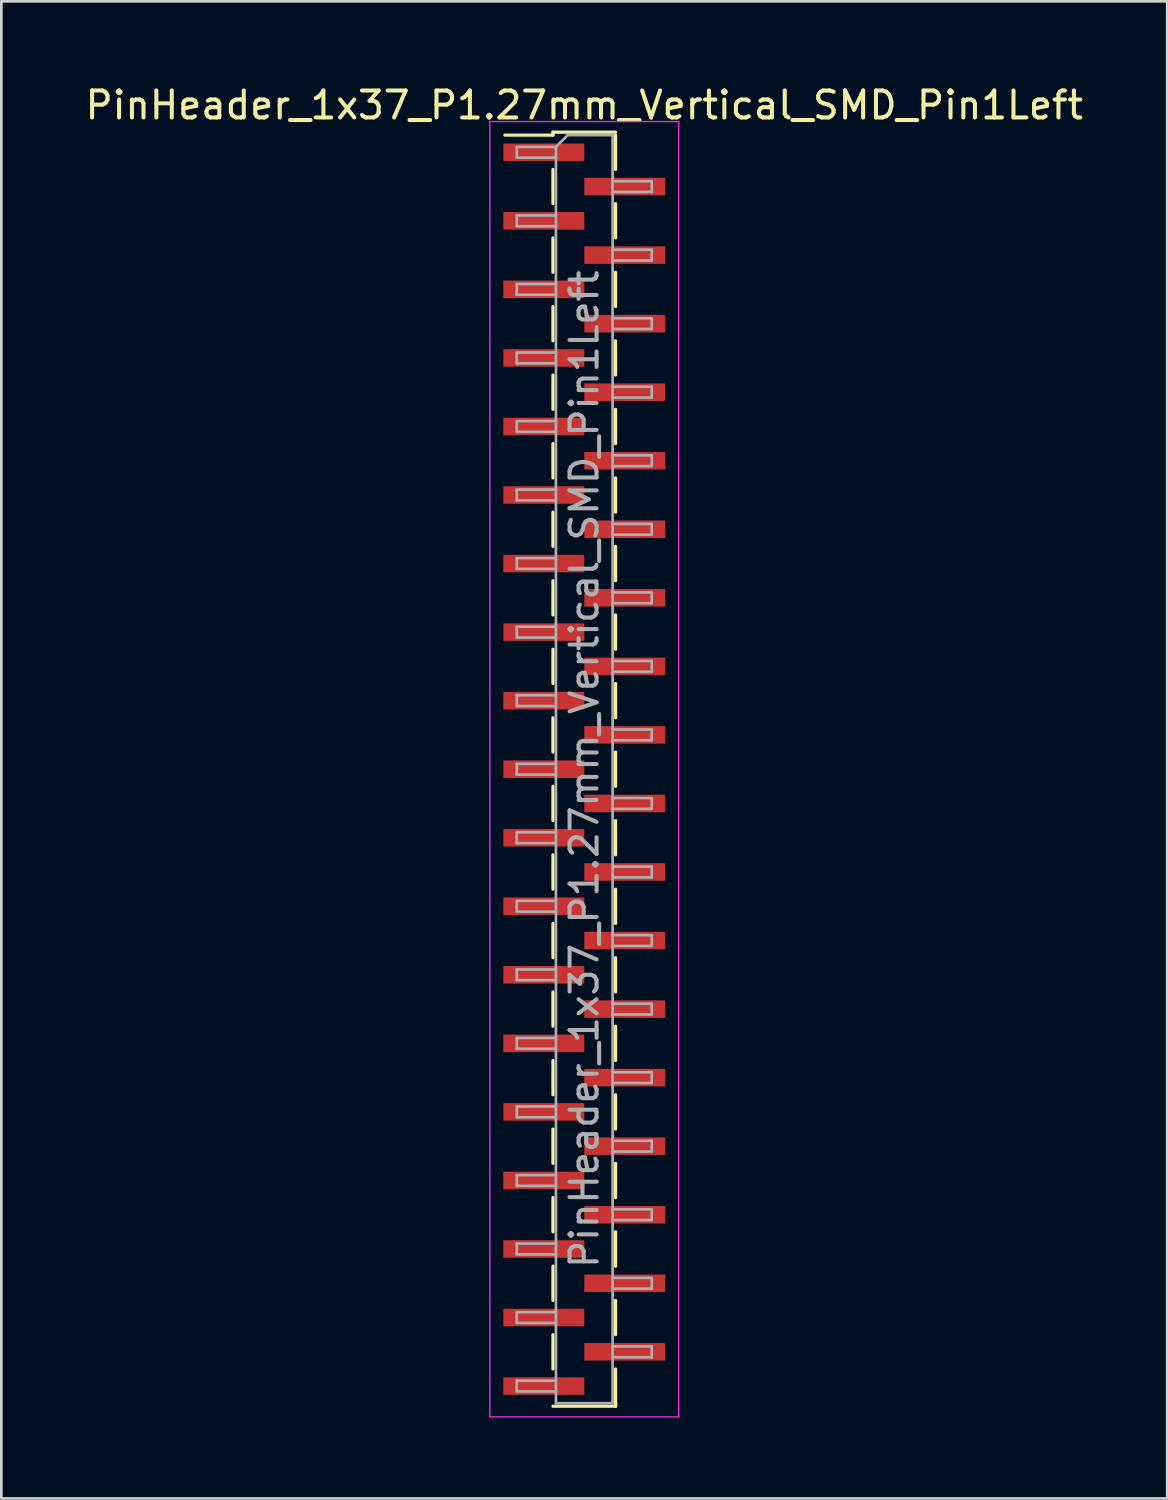
<source format=kicad_pcb>
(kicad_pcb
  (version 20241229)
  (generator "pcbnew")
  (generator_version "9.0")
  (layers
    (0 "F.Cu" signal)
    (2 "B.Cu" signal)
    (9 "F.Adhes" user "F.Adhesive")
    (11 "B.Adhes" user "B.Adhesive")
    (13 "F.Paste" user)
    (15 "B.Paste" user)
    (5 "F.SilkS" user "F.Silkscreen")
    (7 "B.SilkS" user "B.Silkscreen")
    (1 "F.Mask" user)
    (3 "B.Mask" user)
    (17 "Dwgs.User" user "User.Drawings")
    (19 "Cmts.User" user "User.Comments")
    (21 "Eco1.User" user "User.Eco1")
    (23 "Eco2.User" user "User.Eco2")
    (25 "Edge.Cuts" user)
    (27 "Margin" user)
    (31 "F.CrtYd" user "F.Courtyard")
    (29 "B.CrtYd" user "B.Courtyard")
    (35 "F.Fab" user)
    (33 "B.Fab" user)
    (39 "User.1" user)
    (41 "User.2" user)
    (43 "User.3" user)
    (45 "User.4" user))
  (footprint "PinHeader_1x37_P1.27mm_Vertical_SMD_Pin1Left"
    (layer "F.Cu")
    (at 18.601 25.453)
    (property "Reference" "PinHeader_1x37_P1.27mm_Vertical_SMD_Pin1Left" (at 0 -24.605 0) (layer "F.SilkS") (effects (font (size 1 1) (thickness 0.15))))
    (attr smd)
    (fp_line (start -1.16 -23.605) (end -1.16 -23.495) (stroke (width 0.12) (type solid)) (layer "F.SilkS"))
    (fp_line (start -1.16 -23.605) (end 1.16 -23.605) (stroke (width 0.12) (type solid)) (layer "F.SilkS"))
    (fp_line (start -1.16 -23.495) (end -2.94 -23.495) (stroke (width 0.12) (type solid)) (layer "F.SilkS"))
    (fp_line (start -1.16 -22.225) (end -1.16 -20.955) (stroke (width 0.12) (type solid)) (layer "F.SilkS"))
    (fp_line (start -1.16 -19.685) (end -1.16 -18.415) (stroke (width 0.12) (type solid)) (layer "F.SilkS"))
    (fp_line (start -1.16 -17.145) (end -1.16 -15.875) (stroke (width 0.12) (type solid)) (layer "F.SilkS"))
    (fp_line (start -1.16 -14.605) (end -1.16 -13.335) (stroke (width 0.12) (type solid)) (layer "F.SilkS"))
    (fp_line (start -1.16 -12.065) (end -1.16 -10.795) (stroke (width 0.12) (type solid)) (layer "F.SilkS"))
    (fp_line (start -1.16 -9.525) (end -1.16 -8.255) (stroke (width 0.12) (type solid)) (layer "F.SilkS"))
    (fp_line (start -1.16 -6.985) (end -1.16 -5.715) (stroke (width 0.12) (type solid)) (layer "F.SilkS"))
    (fp_line (start -1.16 -4.445) (end -1.16 -3.175) (stroke (width 0.12) (type solid)) (layer "F.SilkS"))
    (fp_line (start -1.16 -1.905) (end -1.16 -0.635) (stroke (width 0.12) (type solid)) (layer "F.SilkS"))
    (fp_line (start -1.16 0.635) (end -1.16 1.905) (stroke (width 0.12) (type solid)) (layer "F.SilkS"))
    (fp_line (start -1.16 3.175) (end -1.16 4.445) (stroke (width 0.12) (type solid)) (layer "F.SilkS"))
    (fp_line (start -1.16 5.715) (end -1.16 6.985) (stroke (width 0.12) (type solid)) (layer "F.SilkS"))
    (fp_line (start -1.16 8.255) (end -1.16 9.525) (stroke (width 0.12) (type solid)) (layer "F.SilkS"))
    (fp_line (start -1.16 10.795) (end -1.16 12.065) (stroke (width 0.12) (type solid)) (layer "F.SilkS"))
    (fp_line (start -1.16 13.335) (end -1.16 14.605) (stroke (width 0.12) (type solid)) (layer "F.SilkS"))
    (fp_line (start -1.16 15.875) (end -1.16 17.145) (stroke (width 0.12) (type solid)) (layer "F.SilkS"))
    (fp_line (start -1.16 18.415) (end -1.16 19.685) (stroke (width 0.12) (type solid)) (layer "F.SilkS"))
    (fp_line (start -1.16 20.955) (end -1.16 22.225) (stroke (width 0.12) (type solid)) (layer "F.SilkS"))
    (fp_line (start -1.16 23.605) (end 1.16 23.605) (stroke (width 0.12) (type solid)) (layer "F.SilkS"))
    (fp_line (start 1.16 -23.495) (end 1.16 -22.225) (stroke (width 0.12) (type solid)) (layer "F.SilkS"))
    (fp_line (start 1.16 -20.955) (end 1.16 -19.685) (stroke (width 0.12) (type solid)) (layer "F.SilkS"))
    (fp_line (start 1.16 -18.415) (end 1.16 -17.145) (stroke (width 0.12) (type solid)) (layer "F.SilkS"))
    (fp_line (start 1.16 -15.875) (end 1.16 -14.605) (stroke (width 0.12) (type solid)) (layer "F.SilkS"))
    (fp_line (start 1.16 -13.335) (end 1.16 -12.065) (stroke (width 0.12) (type solid)) (layer "F.SilkS"))
    (fp_line (start 1.16 -10.795) (end 1.16 -9.525) (stroke (width 0.12) (type solid)) (layer "F.SilkS"))
    (fp_line (start 1.16 -8.255) (end 1.16 -6.985) (stroke (width 0.12) (type solid)) (layer "F.SilkS"))
    (fp_line (start 1.16 -5.715) (end 1.16 -4.445) (stroke (width 0.12) (type solid)) (layer "F.SilkS"))
    (fp_line (start 1.16 -3.175) (end 1.16 -1.905) (stroke (width 0.12) (type solid)) (layer "F.SilkS"))
    (fp_line (start 1.16 -0.635) (end 1.16 0.635) (stroke (width 0.12) (type solid)) (layer "F.SilkS"))
    (fp_line (start 1.16 1.905) (end 1.16 3.175) (stroke (width 0.12) (type solid)) (layer "F.SilkS"))
    (fp_line (start 1.16 4.445) (end 1.16 5.715) (stroke (width 0.12) (type solid)) (layer "F.SilkS"))
    (fp_line (start 1.16 6.985) (end 1.16 8.255) (stroke (width 0.12) (type solid)) (layer "F.SilkS"))
    (fp_line (start 1.16 9.525) (end 1.16 10.795) (stroke (width 0.12) (type solid)) (layer "F.SilkS"))
    (fp_line (start 1.16 12.065) (end 1.16 13.335) (stroke (width 0.12) (type solid)) (layer "F.SilkS"))
    (fp_line (start 1.16 14.605) (end 1.16 15.875) (stroke (width 0.12) (type solid)) (layer "F.SilkS"))
    (fp_line (start 1.16 17.145) (end 1.16 18.415) (stroke (width 0.12) (type solid)) (layer "F.SilkS"))
    (fp_line (start 1.16 19.685) (end 1.16 20.955) (stroke (width 0.12) (type solid)) (layer "F.SilkS"))
    (fp_line (start 1.16 22.225) (end 1.16 23.605) (stroke (width 0.12) (type solid)) (layer "F.SilkS"))
    (fp_line (start 1.16 23.495) (end 1.16 23.605) (stroke (width 0.12) (type solid)) (layer "F.SilkS"))
    (fp_line (start -3.5 -24) (end -3.5 24) (stroke (width 0.05) (type solid)) (layer "F.CrtYd"))
    (fp_line (start -3.5 24) (end 3.5 24) (stroke (width 0.05) (type solid)) (layer "F.CrtYd"))
    (fp_line (start 3.5 -24) (end -3.5 -24) (stroke (width 0.05) (type solid)) (layer "F.CrtYd"))
    (fp_line (start 3.5 24) (end 3.5 -24) (stroke (width 0.05) (type solid)) (layer "F.CrtYd"))
    (fp_line (start -2.5 -23.06) (end -2.5 -22.66) (stroke (width 0.1) (type solid)) (layer "F.Fab"))
    (fp_line (start -2.5 -22.66) (end -1.05 -22.66) (stroke (width 0.1) (type solid)) (layer "F.Fab"))
    (fp_line (start -2.5 -20.52) (end -2.5 -20.12) (stroke (width 0.1) (type solid)) (layer "F.Fab"))
    (fp_line (start -2.5 -20.12) (end -1.05 -20.12) (stroke (width 0.1) (type solid)) (layer "F.Fab"))
    (fp_line (start -2.5 -17.98) (end -2.5 -17.58) (stroke (width 0.1) (type solid)) (layer "F.Fab"))
    (fp_line (start -2.5 -17.58) (end -1.05 -17.58) (stroke (width 0.1) (type solid)) (layer "F.Fab"))
    (fp_line (start -2.5 -15.44) (end -2.5 -15.04) (stroke (width 0.1) (type solid)) (layer "F.Fab"))
    (fp_line (start -2.5 -15.04) (end -1.05 -15.04) (stroke (width 0.1) (type solid)) (layer "F.Fab"))
    (fp_line (start -2.5 -12.9) (end -2.5 -12.5) (stroke (width 0.1) (type solid)) (layer "F.Fab"))
    (fp_line (start -2.5 -12.5) (end -1.05 -12.5) (stroke (width 0.1) (type solid)) (layer "F.Fab"))
    (fp_line (start -2.5 -10.36) (end -2.5 -9.96) (stroke (width 0.1) (type solid)) (layer "F.Fab"))
    (fp_line (start -2.5 -9.96) (end -1.05 -9.96) (stroke (width 0.1) (type solid)) (layer "F.Fab"))
    (fp_line (start -2.5 -7.82) (end -2.5 -7.42) (stroke (width 0.1) (type solid)) (layer "F.Fab"))
    (fp_line (start -2.5 -7.42) (end -1.05 -7.42) (stroke (width 0.1) (type solid)) (layer "F.Fab"))
    (fp_line (start -2.5 -5.28) (end -2.5 -4.88) (stroke (width 0.1) (type solid)) (layer "F.Fab"))
    (fp_line (start -2.5 -4.88) (end -1.05 -4.88) (stroke (width 0.1) (type solid)) (layer "F.Fab"))
    (fp_line (start -2.5 -2.74) (end -2.5 -2.34) (stroke (width 0.1) (type solid)) (layer "F.Fab"))
    (fp_line (start -2.5 -2.34) (end -1.05 -2.34) (stroke (width 0.1) (type solid)) (layer "F.Fab"))
    (fp_line (start -2.5 -0.2) (end -2.5 0.2) (stroke (width 0.1) (type solid)) (layer "F.Fab"))
    (fp_line (start -2.5 0.2) (end -1.05 0.2) (stroke (width 0.1) (type solid)) (layer "F.Fab"))
    (fp_line (start -2.5 2.34) (end -2.5 2.74) (stroke (width 0.1) (type solid)) (layer "F.Fab"))
    (fp_line (start -2.5 2.74) (end -1.05 2.74) (stroke (width 0.1) (type solid)) (layer "F.Fab"))
    (fp_line (start -2.5 4.88) (end -2.5 5.28) (stroke (width 0.1) (type solid)) (layer "F.Fab"))
    (fp_line (start -2.5 5.28) (end -1.05 5.28) (stroke (width 0.1) (type solid)) (layer "F.Fab"))
    (fp_line (start -2.5 7.42) (end -2.5 7.82) (stroke (width 0.1) (type solid)) (layer "F.Fab"))
    (fp_line (start -2.5 7.82) (end -1.05 7.82) (stroke (width 0.1) (type solid)) (layer "F.Fab"))
    (fp_line (start -2.5 9.96) (end -2.5 10.36) (stroke (width 0.1) (type solid)) (layer "F.Fab"))
    (fp_line (start -2.5 10.36) (end -1.05 10.36) (stroke (width 0.1) (type solid)) (layer "F.Fab"))
    (fp_line (start -2.5 12.5) (end -2.5 12.9) (stroke (width 0.1) (type solid)) (layer "F.Fab"))
    (fp_line (start -2.5 12.9) (end -1.05 12.9) (stroke (width 0.1) (type solid)) (layer "F.Fab"))
    (fp_line (start -2.5 15.04) (end -2.5 15.44) (stroke (width 0.1) (type solid)) (layer "F.Fab"))
    (fp_line (start -2.5 15.44) (end -1.05 15.44) (stroke (width 0.1) (type solid)) (layer "F.Fab"))
    (fp_line (start -2.5 17.58) (end -2.5 17.98) (stroke (width 0.1) (type solid)) (layer "F.Fab"))
    (fp_line (start -2.5 17.98) (end -1.05 17.98) (stroke (width 0.1) (type solid)) (layer "F.Fab"))
    (fp_line (start -2.5 20.12) (end -2.5 20.52) (stroke (width 0.1) (type solid)) (layer "F.Fab"))
    (fp_line (start -2.5 20.52) (end -1.05 20.52) (stroke (width 0.1) (type solid)) (layer "F.Fab"))
    (fp_line (start -2.5 22.66) (end -2.5 23.06) (stroke (width 0.1) (type solid)) (layer "F.Fab"))
    (fp_line (start -2.5 23.06) (end -1.05 23.06) (stroke (width 0.1) (type solid)) (layer "F.Fab"))
    (fp_line (start -1.05 -23.06) (end -2.5 -23.06) (stroke (width 0.1) (type solid)) (layer "F.Fab"))
    (fp_line (start -1.05 -23.06) (end -0.615 -23.495) (stroke (width 0.1) (type solid)) (layer "F.Fab"))
    (fp_line (start -1.05 -20.52) (end -2.5 -20.52) (stroke (width 0.1) (type solid)) (layer "F.Fab"))
    (fp_line (start -1.05 -17.98) (end -2.5 -17.98) (stroke (width 0.1) (type solid)) (layer "F.Fab"))
    (fp_line (start -1.05 -15.44) (end -2.5 -15.44) (stroke (width 0.1) (type solid)) (layer "F.Fab"))
    (fp_line (start -1.05 -12.9) (end -2.5 -12.9) (stroke (width 0.1) (type solid)) (layer "F.Fab"))
    (fp_line (start -1.05 -10.36) (end -2.5 -10.36) (stroke (width 0.1) (type solid)) (layer "F.Fab"))
    (fp_line (start -1.05 -7.82) (end -2.5 -7.82) (stroke (width 0.1) (type solid)) (layer "F.Fab"))
    (fp_line (start -1.05 -5.28) (end -2.5 -5.28) (stroke (width 0.1) (type solid)) (layer "F.Fab"))
    (fp_line (start -1.05 -2.74) (end -2.5 -2.74) (stroke (width 0.1) (type solid)) (layer "F.Fab"))
    (fp_line (start -1.05 -0.2) (end -2.5 -0.2) (stroke (width 0.1) (type solid)) (layer "F.Fab"))
    (fp_line (start -1.05 2.34) (end -2.5 2.34) (stroke (width 0.1) (type solid)) (layer "F.Fab"))
    (fp_line (start -1.05 4.88) (end -2.5 4.88) (stroke (width 0.1) (type solid)) (layer "F.Fab"))
    (fp_line (start -1.05 7.42) (end -2.5 7.42) (stroke (width 0.1) (type solid)) (layer "F.Fab"))
    (fp_line (start -1.05 9.96) (end -2.5 9.96) (stroke (width 0.1) (type solid)) (layer "F.Fab"))
    (fp_line (start -1.05 12.5) (end -2.5 12.5) (stroke (width 0.1) (type solid)) (layer "F.Fab"))
    (fp_line (start -1.05 15.04) (end -2.5 15.04) (stroke (width 0.1) (type solid)) (layer "F.Fab"))
    (fp_line (start -1.05 17.58) (end -2.5 17.58) (stroke (width 0.1) (type solid)) (layer "F.Fab"))
    (fp_line (start -1.05 20.12) (end -2.5 20.12) (stroke (width 0.1) (type solid)) (layer "F.Fab"))
    (fp_line (start -1.05 22.66) (end -2.5 22.66) (stroke (width 0.1) (type solid)) (layer "F.Fab"))
    (fp_line (start -1.05 23.495) (end -1.05 -23.06) (stroke (width 0.1) (type solid)) (layer "F.Fab"))
    (fp_line (start -0.615 -23.495) (end 1.05 -23.495) (stroke (width 0.1) (type solid)) (layer "F.Fab"))
    (fp_line (start 1.05 -23.495) (end 1.05 23.495) (stroke (width 0.1) (type solid)) (layer "F.Fab"))
    (fp_line (start 1.05 -21.79) (end 2.5 -21.79) (stroke (width 0.1) (type solid)) (layer "F.Fab"))
    (fp_line (start 1.05 -19.25) (end 2.5 -19.25) (stroke (width 0.1) (type solid)) (layer "F.Fab"))
    (fp_line (start 1.05 -16.71) (end 2.5 -16.71) (stroke (width 0.1) (type solid)) (layer "F.Fab"))
    (fp_line (start 1.05 -14.17) (end 2.5 -14.17) (stroke (width 0.1) (type solid)) (layer "F.Fab"))
    (fp_line (start 1.05 -11.63) (end 2.5 -11.63) (stroke (width 0.1) (type solid)) (layer "F.Fab"))
    (fp_line (start 1.05 -9.09) (end 2.5 -9.09) (stroke (width 0.1) (type solid)) (layer "F.Fab"))
    (fp_line (start 1.05 -6.55) (end 2.5 -6.55) (stroke (width 0.1) (type solid)) (layer "F.Fab"))
    (fp_line (start 1.05 -4.01) (end 2.5 -4.01) (stroke (width 0.1) (type solid)) (layer "F.Fab"))
    (fp_line (start 1.05 -1.47) (end 2.5 -1.47) (stroke (width 0.1) (type solid)) (layer "F.Fab"))
    (fp_line (start 1.05 1.07) (end 2.5 1.07) (stroke (width 0.1) (type solid)) (layer "F.Fab"))
    (fp_line (start 1.05 3.61) (end 2.5 3.61) (stroke (width 0.1) (type solid)) (layer "F.Fab"))
    (fp_line (start 1.05 6.15) (end 2.5 6.15) (stroke (width 0.1) (type solid)) (layer "F.Fab"))
    (fp_line (start 1.05 8.69) (end 2.5 8.69) (stroke (width 0.1) (type solid)) (layer "F.Fab"))
    (fp_line (start 1.05 11.23) (end 2.5 11.23) (stroke (width 0.1) (type solid)) (layer "F.Fab"))
    (fp_line (start 1.05 13.77) (end 2.5 13.77) (stroke (width 0.1) (type solid)) (layer "F.Fab"))
    (fp_line (start 1.05 16.31) (end 2.5 16.31) (stroke (width 0.1) (type solid)) (layer "F.Fab"))
    (fp_line (start 1.05 18.85) (end 2.5 18.85) (stroke (width 0.1) (type solid)) (layer "F.Fab"))
    (fp_line (start 1.05 21.39) (end 2.5 21.39) (stroke (width 0.1) (type solid)) (layer "F.Fab"))
    (fp_line (start 1.05 23.495) (end -1.05 23.495) (stroke (width 0.1) (type solid)) (layer "F.Fab"))
    (fp_line (start 2.5 -21.79) (end 2.5 -21.39) (stroke (width 0.1) (type solid)) (layer "F.Fab"))
    (fp_line (start 2.5 -21.39) (end 1.05 -21.39) (stroke (width 0.1) (type solid)) (layer "F.Fab"))
    (fp_line (start 2.5 -19.25) (end 2.5 -18.85) (stroke (width 0.1) (type solid)) (layer "F.Fab"))
    (fp_line (start 2.5 -18.85) (end 1.05 -18.85) (stroke (width 0.1) (type solid)) (layer "F.Fab"))
    (fp_line (start 2.5 -16.71) (end 2.5 -16.31) (stroke (width 0.1) (type solid)) (layer "F.Fab"))
    (fp_line (start 2.5 -16.31) (end 1.05 -16.31) (stroke (width 0.1) (type solid)) (layer "F.Fab"))
    (fp_line (start 2.5 -14.17) (end 2.5 -13.77) (stroke (width 0.1) (type solid)) (layer "F.Fab"))
    (fp_line (start 2.5 -13.77) (end 1.05 -13.77) (stroke (width 0.1) (type solid)) (layer "F.Fab"))
    (fp_line (start 2.5 -11.63) (end 2.5 -11.23) (stroke (width 0.1) (type solid)) (layer "F.Fab"))
    (fp_line (start 2.5 -11.23) (end 1.05 -11.23) (stroke (width 0.1) (type solid)) (layer "F.Fab"))
    (fp_line (start 2.5 -9.09) (end 2.5 -8.69) (stroke (width 0.1) (type solid)) (layer "F.Fab"))
    (fp_line (start 2.5 -8.69) (end 1.05 -8.69) (stroke (width 0.1) (type solid)) (layer "F.Fab"))
    (fp_line (start 2.5 -6.55) (end 2.5 -6.15) (stroke (width 0.1) (type solid)) (layer "F.Fab"))
    (fp_line (start 2.5 -6.15) (end 1.05 -6.15) (stroke (width 0.1) (type solid)) (layer "F.Fab"))
    (fp_line (start 2.5 -4.01) (end 2.5 -3.61) (stroke (width 0.1) (type solid)) (layer "F.Fab"))
    (fp_line (start 2.5 -3.61) (end 1.05 -3.61) (stroke (width 0.1) (type solid)) (layer "F.Fab"))
    (fp_line (start 2.5 -1.47) (end 2.5 -1.07) (stroke (width 0.1) (type solid)) (layer "F.Fab"))
    (fp_line (start 2.5 -1.07) (end 1.05 -1.07) (stroke (width 0.1) (type solid)) (layer "F.Fab"))
    (fp_line (start 2.5 1.07) (end 2.5 1.47) (stroke (width 0.1) (type solid)) (layer "F.Fab"))
    (fp_line (start 2.5 1.47) (end 1.05 1.47) (stroke (width 0.1) (type solid)) (layer "F.Fab"))
    (fp_line (start 2.5 3.61) (end 2.5 4.01) (stroke (width 0.1) (type solid)) (layer "F.Fab"))
    (fp_line (start 2.5 4.01) (end 1.05 4.01) (stroke (width 0.1) (type solid)) (layer "F.Fab"))
    (fp_line (start 2.5 6.15) (end 2.5 6.55) (stroke (width 0.1) (type solid)) (layer "F.Fab"))
    (fp_line (start 2.5 6.55) (end 1.05 6.55) (stroke (width 0.1) (type solid)) (layer "F.Fab"))
    (fp_line (start 2.5 8.69) (end 2.5 9.09) (stroke (width 0.1) (type solid)) (layer "F.Fab"))
    (fp_line (start 2.5 9.09) (end 1.05 9.09) (stroke (width 0.1) (type solid)) (layer "F.Fab"))
    (fp_line (start 2.5 11.23) (end 2.5 11.63) (stroke (width 0.1) (type solid)) (layer "F.Fab"))
    (fp_line (start 2.5 11.63) (end 1.05 11.63) (stroke (width 0.1) (type solid)) (layer "F.Fab"))
    (fp_line (start 2.5 13.77) (end 2.5 14.17) (stroke (width 0.1) (type solid)) (layer "F.Fab"))
    (fp_line (start 2.5 14.17) (end 1.05 14.17) (stroke (width 0.1) (type solid)) (layer "F.Fab"))
    (fp_line (start 2.5 16.31) (end 2.5 16.71) (stroke (width 0.1) (type solid)) (layer "F.Fab"))
    (fp_line (start 2.5 16.71) (end 1.05 16.71) (stroke (width 0.1) (type solid)) (layer "F.Fab"))
    (fp_line (start 2.5 18.85) (end 2.5 19.25) (stroke (width 0.1) (type solid)) (layer "F.Fab"))
    (fp_line (start 2.5 19.25) (end 1.05 19.25) (stroke (width 0.1) (type solid)) (layer "F.Fab"))
    (fp_line (start 2.5 21.39) (end 2.5 21.79) (stroke (width 0.1) (type solid)) (layer "F.Fab"))
    (fp_line (start 2.5 21.79) (end 1.05 21.79) (stroke (width 0.1) (type solid)) (layer "F.Fab"))
    (fp_text user "${REFERENCE}" (at 0 0 90) (layer "F.Fab") (effects (font (size 1 1) (thickness 0.15))))
    (pad "1" smd rect (at -1.5 -22.86) (size 3 0.65) (layers "F.Cu" "F.Mask" "F.Paste"))
    (pad "2" smd rect (at 1.5 -21.59) (size 3 0.65) (layers "F.Cu" "F.Mask" "F.Paste"))
    (pad "3" smd rect (at -1.5 -20.32) (size 3 0.65) (layers "F.Cu" "F.Mask" "F.Paste"))
    (pad "4" smd rect (at 1.5 -19.05) (size 3 0.65) (layers "F.Cu" "F.Mask" "F.Paste"))
    (pad "5" smd rect (at -1.5 -17.78) (size 3 0.65) (layers "F.Cu" "F.Mask" "F.Paste"))
    (pad "6" smd rect (at 1.5 -16.51) (size 3 0.65) (layers "F.Cu" "F.Mask" "F.Paste"))
    (pad "7" smd rect (at -1.5 -15.24) (size 3 0.65) (layers "F.Cu" "F.Mask" "F.Paste"))
    (pad "8" smd rect (at 1.5 -13.97) (size 3 0.65) (layers "F.Cu" "F.Mask" "F.Paste"))
    (pad "9" smd rect (at -1.5 -12.7) (size 3 0.65) (layers "F.Cu" "F.Mask" "F.Paste"))
    (pad "10" smd rect (at 1.5 -11.43) (size 3 0.65) (layers "F.Cu" "F.Mask" "F.Paste"))
    (pad "11" smd rect (at -1.5 -10.16) (size 3 0.65) (layers "F.Cu" "F.Mask" "F.Paste"))
    (pad "12" smd rect (at 1.5 -8.89) (size 3 0.65) (layers "F.Cu" "F.Mask" "F.Paste"))
    (pad "13" smd rect (at -1.5 -7.62) (size 3 0.65) (layers "F.Cu" "F.Mask" "F.Paste"))
    (pad "14" smd rect (at 1.5 -6.35) (size 3 0.65) (layers "F.Cu" "F.Mask" "F.Paste"))
    (pad "15" smd rect (at -1.5 -5.08) (size 3 0.65) (layers "F.Cu" "F.Mask" "F.Paste"))
    (pad "16" smd rect (at 1.5 -3.81) (size 3 0.65) (layers "F.Cu" "F.Mask" "F.Paste"))
    (pad "17" smd rect (at -1.5 -2.54) (size 3 0.65) (layers "F.Cu" "F.Mask" "F.Paste"))
    (pad "18" smd rect (at 1.5 -1.27) (size 3 0.65) (layers "F.Cu" "F.Mask" "F.Paste"))
    (pad "19" smd rect (at -1.5 0) (size 3 0.65) (layers "F.Cu" "F.Mask" "F.Paste"))
    (pad "20" smd rect (at 1.5 1.27) (size 3 0.65) (layers "F.Cu" "F.Mask" "F.Paste"))
    (pad "21" smd rect (at -1.5 2.54) (size 3 0.65) (layers "F.Cu" "F.Mask" "F.Paste"))
    (pad "22" smd rect (at 1.5 3.81) (size 3 0.65) (layers "F.Cu" "F.Mask" "F.Paste"))
    (pad "23" smd rect (at -1.5 5.08) (size 3 0.65) (layers "F.Cu" "F.Mask" "F.Paste"))
    (pad "24" smd rect (at 1.5 6.35) (size 3 0.65) (layers "F.Cu" "F.Mask" "F.Paste"))
    (pad "25" smd rect (at -1.5 7.62) (size 3 0.65) (layers "F.Cu" "F.Mask" "F.Paste"))
    (pad "26" smd rect (at 1.5 8.89) (size 3 0.65) (layers "F.Cu" "F.Mask" "F.Paste"))
    (pad "27" smd rect (at -1.5 10.16) (size 3 0.65) (layers "F.Cu" "F.Mask" "F.Paste"))
    (pad "28" smd rect (at 1.5 11.43) (size 3 0.65) (layers "F.Cu" "F.Mask" "F.Paste"))
    (pad "29" smd rect (at -1.5 12.7) (size 3 0.65) (layers "F.Cu" "F.Mask" "F.Paste"))
    (pad "30" smd rect (at 1.5 13.97) (size 3 0.65) (layers "F.Cu" "F.Mask" "F.Paste"))
    (pad "31" smd rect (at -1.5 15.24) (size 3 0.65) (layers "F.Cu" "F.Mask" "F.Paste"))
    (pad "32" smd rect (at 1.5 16.51) (size 3 0.65) (layers "F.Cu" "F.Mask" "F.Paste"))
    (pad "33" smd rect (at -1.5 17.78) (size 3 0.65) (layers "F.Cu" "F.Mask" "F.Paste"))
    (pad "34" smd rect (at 1.5 19.05) (size 3 0.65) (layers "F.Cu" "F.Mask" "F.Paste"))
    (pad "35" smd rect (at -1.5 20.32) (size 3 0.65) (layers "F.Cu" "F.Mask" "F.Paste"))
    (pad "36" smd rect (at 1.5 21.59) (size 3 0.65) (layers "F.Cu" "F.Mask" "F.Paste"))
    (pad "37" smd rect (at -1.5 22.86) (size 3 0.65) (layers "F.Cu" "F.Mask" "F.Paste")))
  (gr_rect
    (start -3 -3)
    (end 40.202 52.478)
    (stroke (width 0.1) (type default))
    (fill no)
    (layer "Edge.Cuts")))
</source>
